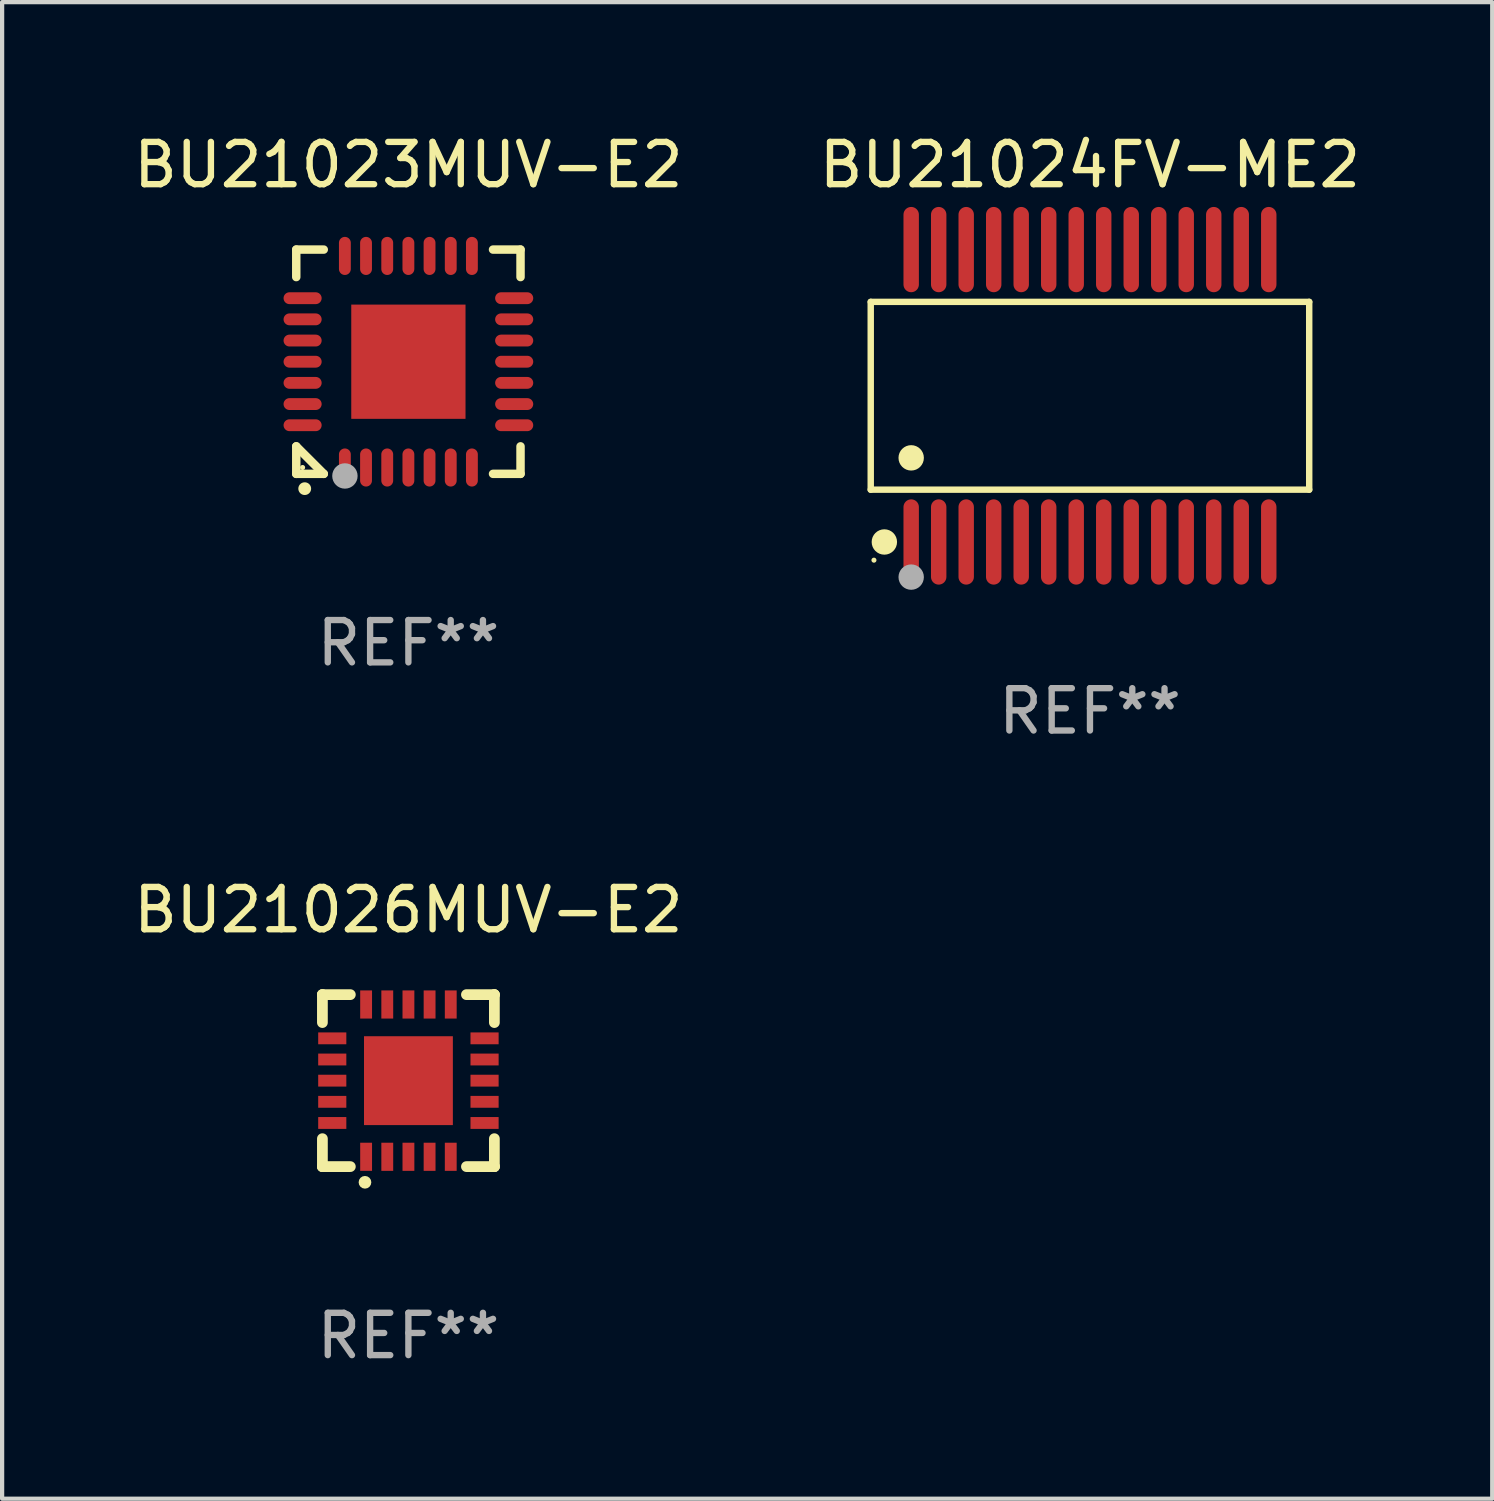
<source format=kicad_pcb>
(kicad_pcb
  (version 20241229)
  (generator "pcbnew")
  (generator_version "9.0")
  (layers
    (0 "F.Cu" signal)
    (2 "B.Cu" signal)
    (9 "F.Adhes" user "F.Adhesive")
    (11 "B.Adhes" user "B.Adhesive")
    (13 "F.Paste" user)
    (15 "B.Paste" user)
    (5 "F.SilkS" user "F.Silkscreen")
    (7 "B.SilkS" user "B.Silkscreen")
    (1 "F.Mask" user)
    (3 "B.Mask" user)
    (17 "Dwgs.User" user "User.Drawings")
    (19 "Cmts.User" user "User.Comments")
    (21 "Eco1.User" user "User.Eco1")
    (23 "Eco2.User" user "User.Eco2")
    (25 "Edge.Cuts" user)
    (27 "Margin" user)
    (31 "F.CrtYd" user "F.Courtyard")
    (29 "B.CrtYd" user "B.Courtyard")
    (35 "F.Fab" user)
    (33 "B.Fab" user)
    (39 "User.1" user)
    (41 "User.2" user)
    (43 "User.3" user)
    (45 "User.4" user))
  (footprint "BU21024FV-ME2"
    (layer "F.Cu")
    (at 22.708 6.303)
    (property "Reference" "BU21024FV-ME2" (at 0 -5.455 0) (layer "F.SilkS") (effects (font (size 1 1) (thickness 0.15))))
    (attr through_hole)
    (fp_line (start -5.181 -2.219) (end 5.181 -2.219) (stroke (width 0.152) (type solid)) (layer "F.SilkS"))
    (fp_line (start -5.181 2.219) (end -5.181 -2.219) (stroke (width 0.152) (type solid)) (layer "F.SilkS"))
    (fp_line (start 5.181 -2.219) (end 5.181 2.219) (stroke (width 0.152) (type solid)) (layer "F.SilkS"))
    (fp_line (start 5.181 2.219) (end -5.181 2.219) (stroke (width 0.152) (type solid)) (layer "F.SilkS"))
    (fp_circle (center -5.105 3.885) (end -5.075 3.885) (stroke (width 0.06) (type solid)) (fill no) (layer "F.SilkS"))
    (fp_circle (center -4.859 3.455) (end -4.709 3.455) (stroke (width 0.3) (type solid)) (fill no) (layer "F.SilkS"))
    (fp_circle (center -4.225 1.467) (end -4.075 1.467) (stroke (width 0.3) (type solid)) (fill no) (layer "F.SilkS"))
    (fp_circle (center -4.225 4.285) (end -4.075 4.285) (stroke (width 0.3) (type solid)) (fill no) (layer "F.Fab"))
    (fp_text user "REF**" (at 0 7.455 0) (layer "F.Fab") (effects (font (size 1 1) (thickness 0.15))))
    (pad "1" smd oval (at -4.225 3.455) (size 0.364 2.015) (layers "F.Cu" "F.Mask" "F.Paste"))
    (pad "2" smd oval (at -3.575 3.455) (size 0.364 2.015) (layers "F.Cu" "F.Mask" "F.Paste"))
    (pad "3" smd oval (at -2.925 3.455) (size 0.364 2.015) (layers "F.Cu" "F.Mask" "F.Paste"))
    (pad "4" smd oval (at -2.275 3.455) (size 0.364 2.015) (layers "F.Cu" "F.Mask" "F.Paste"))
    (pad "5" smd oval (at -1.625 3.455) (size 0.364 2.015) (layers "F.Cu" "F.Mask" "F.Paste"))
    (pad "6" smd oval (at -0.975 3.455) (size 0.364 2.015) (layers "F.Cu" "F.Mask" "F.Paste"))
    (pad "7" smd oval (at -0.325 3.455) (size 0.364 2.015) (layers "F.Cu" "F.Mask" "F.Paste"))
    (pad "8" smd oval (at 0.325 3.455) (size 0.364 2.015) (layers "F.Cu" "F.Mask" "F.Paste"))
    (pad "9" smd oval (at 0.975 3.455) (size 0.364 2.015) (layers "F.Cu" "F.Mask" "F.Paste"))
    (pad "10" smd oval (at 1.625 3.455) (size 0.364 2.015) (layers "F.Cu" "F.Mask" "F.Paste"))
    (pad "11" smd oval (at 2.275 3.455) (size 0.364 2.015) (layers "F.Cu" "F.Mask" "F.Paste"))
    (pad "12" smd oval (at 2.925 3.455) (size 0.364 2.015) (layers "F.Cu" "F.Mask" "F.Paste"))
    (pad "13" smd oval (at 3.575 3.455) (size 0.364 2.015) (layers "F.Cu" "F.Mask" "F.Paste"))
    (pad "14" smd oval (at 4.225 3.455) (size 0.364 2.015) (layers "F.Cu" "F.Mask" "F.Paste"))
    (pad "15" smd oval (at 4.225 -3.455) (size 0.364 2.015) (layers "F.Cu" "F.Mask" "F.Paste"))
    (pad "16" smd oval (at 3.575 -3.455) (size 0.364 2.015) (layers "F.Cu" "F.Mask" "F.Paste"))
    (pad "17" smd oval (at 2.925 -3.455) (size 0.364 2.015) (layers "F.Cu" "F.Mask" "F.Paste"))
    (pad "18" smd oval (at 2.275 -3.455) (size 0.364 2.015) (layers "F.Cu" "F.Mask" "F.Paste"))
    (pad "19" smd oval (at 1.625 -3.455) (size 0.364 2.015) (layers "F.Cu" "F.Mask" "F.Paste"))
    (pad "20" smd oval (at 0.975 -3.455) (size 0.364 2.015) (layers "F.Cu" "F.Mask" "F.Paste"))
    (pad "21" smd oval (at 0.325 -3.455) (size 0.364 2.015) (layers "F.Cu" "F.Mask" "F.Paste"))
    (pad "22" smd oval (at -0.325 -3.455) (size 0.364 2.015) (layers "F.Cu" "F.Mask" "F.Paste"))
    (pad "23" smd oval (at -0.975 -3.455) (size 0.364 2.015) (layers "F.Cu" "F.Mask" "F.Paste"))
    (pad "24" smd oval (at -1.625 -3.455) (size 0.364 2.015) (layers "F.Cu" "F.Mask" "F.Paste"))
    (pad "25" smd oval (at -2.275 -3.455) (size 0.364 2.015) (layers "F.Cu" "F.Mask" "F.Paste"))
    (pad "26" smd oval (at -2.925 -3.455) (size 0.364 2.015) (layers "F.Cu" "F.Mask" "F.Paste"))
    (pad "27" smd oval (at -3.575 -3.455) (size 0.364 2.015) (layers "F.Cu" "F.Mask" "F.Paste"))
    (pad "28" smd oval (at -4.225 -3.455) (size 0.364 2.015) (layers "F.Cu" "F.Mask" "F.Paste")))
  (footprint "BU21023MUV-E2"
    (layer "F.Cu")
    (at 6.601 5.498)
    (property "Reference" "BU21023MUV-E2" (at 0 -4.65 0) (layer "F.SilkS") (effects (font (size 1 1) (thickness 0.15))))
    (attr through_hole)
    (fp_line (start -2.65 -2.65) (end -2.65 -2) (stroke (width 0.2) (type solid)) (layer "F.SilkS"))
    (fp_line (start -2.65 2) (end -2 2.65) (stroke (width 0.2) (type solid)) (layer "F.SilkS"))
    (fp_line (start -2.65 2.65) (end -2.65 2) (stroke (width 0.2) (type solid)) (layer "F.SilkS"))
    (fp_line (start -2 -2.65) (end -2.65 -2.65) (stroke (width 0.2) (type solid)) (layer "F.SilkS"))
    (fp_line (start -2 2.65) (end -2.65 2.65) (stroke (width 0.2) (type solid)) (layer "F.SilkS"))
    (fp_line (start 2 2.65) (end 2.65 2.65) (stroke (width 0.2) (type solid)) (layer "F.SilkS"))
    (fp_line (start 2.65 -2.65) (end 2 -2.65) (stroke (width 0.2) (type solid)) (layer "F.SilkS"))
    (fp_line (start 2.65 -2) (end 2.65 -2.65) (stroke (width 0.2) (type solid)) (layer "F.SilkS"))
    (fp_line (start 2.65 2.65) (end 2.65 2) (stroke (width 0.2) (type solid)) (layer "F.SilkS"))
    (fp_arc (start -2.451105 2.999746) (mid -2.449835 2.999741) (end -2.448565 2.999746) (stroke (width 0.3) (type solid)) (layer "F.SilkS"))
    (fp_circle (center -2.5 2.5) (end -2.47 2.5) (stroke (width 0.06) (type solid)) (fill no) (layer "F.SilkS"))
    (fp_circle (center -1.5 2.7) (end -1.35 2.7) (stroke (width 0.3) (type solid)) (fill no) (layer "F.Fab"))
    (fp_text user "REF**" (at 0 6.65 0) (layer "F.Fab") (effects (font (size 1 1) (thickness 0.15))))
    (pad "1" smd oval (at -1.501 2.5 180) (size 0.28 0.9) (layers "F.Cu" "F.Mask" "F.Paste"))
    (pad "2" smd oval (at -1.001 2.5 180) (size 0.28 0.9) (layers "F.Cu" "F.Mask" "F.Paste"))
    (pad "3" smd oval (at -0.5 2.5 180) (size 0.28 0.9) (layers "F.Cu" "F.Mask" "F.Paste"))
    (pad "4" smd oval (at 0 2.5 180) (size 0.28 0.9) (layers "F.Cu" "F.Mask" "F.Paste"))
    (pad "5" smd oval (at 0.5 2.5 180) (size 0.28 0.9) (layers "F.Cu" "F.Mask" "F.Paste"))
    (pad "6" smd oval (at 1.001 2.5 180) (size 0.28 0.9) (layers "F.Cu" "F.Mask" "F.Paste"))
    (pad "7" smd oval (at 1.501 2.5 180) (size 0.28 0.9) (layers "F.Cu" "F.Mask" "F.Paste"))
    (pad "8" smd oval (at 2.5 1.501 90) (size 0.28 0.9) (layers "F.Cu" "F.Mask" "F.Paste"))
    (pad "9" smd oval (at 2.5 1.001 90) (size 0.28 0.9) (layers "F.Cu" "F.Mask" "F.Paste"))
    (pad "10" smd oval (at 2.5 0.5 90) (size 0.28 0.9) (layers "F.Cu" "F.Mask" "F.Paste"))
    (pad "11" smd oval (at 2.5 0 90) (size 0.28 0.9) (layers "F.Cu" "F.Mask" "F.Paste"))
    (pad "12" smd oval (at 2.5 -0.5 90) (size 0.28 0.9) (layers "F.Cu" "F.Mask" "F.Paste"))
    (pad "13" smd oval (at 2.5 -1.001 90) (size 0.28 0.9) (layers "F.Cu" "F.Mask" "F.Paste"))
    (pad "14" smd oval (at 2.5 -1.501 90) (size 0.28 0.9) (layers "F.Cu" "F.Mask" "F.Paste"))
    (pad "15" smd oval (at 1.501 -2.5 180) (size 0.28 0.9) (layers "F.Cu" "F.Mask" "F.Paste"))
    (pad "16" smd oval (at 1.001 -2.5 180) (size 0.28 0.9) (layers "F.Cu" "F.Mask" "F.Paste"))
    (pad "17" smd oval (at 0.5 -2.5 180) (size 0.28 0.9) (layers "F.Cu" "F.Mask" "F.Paste"))
    (pad "18" smd oval (at 0 -2.5 180) (size 0.28 0.9) (layers "F.Cu" "F.Mask" "F.Paste"))
    (pad "19" smd oval (at -0.5 -2.5 180) (size 0.28 0.9) (layers "F.Cu" "F.Mask" "F.Paste"))
    (pad "20" smd oval (at -1.001 -2.5 180) (size 0.28 0.9) (layers "F.Cu" "F.Mask" "F.Paste"))
    (pad "21" smd oval (at -1.501 -2.5 180) (size 0.28 0.9) (layers "F.Cu" "F.Mask" "F.Paste"))
    (pad "22" smd oval (at -2.5 -1.501 90) (size 0.28 0.9) (layers "F.Cu" "F.Mask" "F.Paste"))
    (pad "23" smd oval (at -2.5 -1.001 90) (size 0.28 0.9) (layers "F.Cu" "F.Mask" "F.Paste"))
    (pad "24" smd oval (at -2.5 -0.5 90) (size 0.28 0.9) (layers "F.Cu" "F.Mask" "F.Paste"))
    (pad "25" smd oval (at -2.5 0 90) (size 0.28 0.9) (layers "F.Cu" "F.Mask" "F.Paste"))
    (pad "26" smd oval (at -2.5 0.5 90) (size 0.28 0.9) (layers "F.Cu" "F.Mask" "F.Paste"))
    (pad "27" smd oval (at -2.5 1.001 90) (size 0.28 0.9) (layers "F.Cu" "F.Mask" "F.Paste"))
    (pad "28" smd oval (at -2.5 1.501 90) (size 0.28 0.9) (layers "F.Cu" "F.Mask" "F.Paste"))
    (pad "29" smd rect (at 0 0 90) (size 2.7 2.7) (layers "F.Cu" "F.Mask" "F.Paste")))
  (footprint "BU21026MUV-E2"
    (layer "F.Cu")
    (at 6.601 22.487)
    (property "Reference" "BU21026MUV-E2" (at 0 -4.032 0) (layer "F.SilkS") (effects (font (size 1 1) (thickness 0.15))))
    (attr through_hole)
    (fp_line (start -2.032 -2.032) (end -2.032 -2.032) (stroke (width 0.254) (type solid)) (layer "F.SilkS"))
    (fp_line (start -2.032 -2.032) (end -1.372 -2.032) (stroke (width 0.254) (type solid)) (layer "F.SilkS"))
    (fp_line (start -2.032 -1.372) (end -2.032 -2.032) (stroke (width 0.254) (type solid)) (layer "F.SilkS"))
    (fp_line (start -2.032 2.032) (end -2.032 1.372) (stroke (width 0.254) (type solid)) (layer "F.SilkS"))
    (fp_line (start -2.032 2.032) (end -2.032 2.032) (stroke (width 0.254) (type solid)) (layer "F.SilkS"))
    (fp_line (start -1.372 2.032) (end -2.032 2.032) (stroke (width 0.254) (type solid)) (layer "F.SilkS"))
    (fp_line (start 1.372 -2.032) (end 2.032 -2.032) (stroke (width 0.254) (type solid)) (layer "F.SilkS"))
    (fp_line (start 2.032 -2.032) (end 2.032 -2.032) (stroke (width 0.254) (type solid)) (layer "F.SilkS"))
    (fp_line (start 2.032 -2.032) (end 2.032 -1.372) (stroke (width 0.254) (type solid)) (layer "F.SilkS"))
    (fp_line (start 2.032 1.372) (end 2.032 2.032) (stroke (width 0.254) (type solid)) (layer "F.SilkS"))
    (fp_line (start 2.032 2.032) (end 1.372 2.032) (stroke (width 0.254) (type solid)) (layer "F.SilkS"))
    (fp_line (start 2.032 2.032) (end 2.032 2.032) (stroke (width 0.254) (type solid)) (layer "F.SilkS"))
    (fp_circle (center -1.026 2.403) (end -0.951 2.403) (stroke (width 0.15) (type solid)) (fill no) (layer "F.SilkS"))
    (fp_text user "REF**" (at 0 6.032 0) (layer "F.Fab") (effects (font (size 1 1) (thickness 0.15))))
    (pad "1" smd rect (at -0.999 1.8 90) (size 0.665 0.28) (layers "F.Cu" "F.Mask" "F.Paste"))
    (pad "2" smd rect (at -0.499 1.8 90) (size 0.665 0.28) (layers "F.Cu" "F.Mask" "F.Paste"))
    (pad "3" smd rect (at 0.001 1.8 90) (size 0.665 0.28) (layers "F.Cu" "F.Mask" "F.Paste"))
    (pad "4" smd rect (at 0.501 1.8 90) (size 0.665 0.28) (layers "F.Cu" "F.Mask" "F.Paste"))
    (pad "5" smd rect (at 1.001 1.8 90) (size 0.665 0.28) (layers "F.Cu" "F.Mask" "F.Paste"))
    (pad "6" smd rect (at 1.8 1.001 90) (size 0.28 0.665) (layers "F.Cu" "F.Mask" "F.Paste"))
    (pad "7" smd rect (at 1.8 0.501 90) (size 0.28 0.665) (layers "F.Cu" "F.Mask" "F.Paste"))
    (pad "8" smd rect (at 1.8 0.001 90) (size 0.28 0.665) (layers "F.Cu" "F.Mask" "F.Paste"))
    (pad "9" smd rect (at 1.8 -0.499 90) (size 0.28 0.665) (layers "F.Cu" "F.Mask" "F.Paste"))
    (pad "10" smd rect (at 1.8 -0.999 90) (size 0.28 0.665) (layers "F.Cu" "F.Mask" "F.Paste"))
    (pad "11" smd rect (at 1.001 -1.799 90) (size 0.665 0.28) (layers "F.Cu" "F.Mask" "F.Paste"))
    (pad "12" smd rect (at 0.501 -1.799 90) (size 0.665 0.28) (layers "F.Cu" "F.Mask" "F.Paste"))
    (pad "13" smd rect (at 0.001 -1.799 90) (size 0.665 0.28) (layers "F.Cu" "F.Mask" "F.Paste"))
    (pad "14" smd rect (at -0.499 -1.799 90) (size 0.665 0.28) (layers "F.Cu" "F.Mask" "F.Paste"))
    (pad "15" smd rect (at -0.999 -1.799 90) (size 0.665 0.28) (layers "F.Cu" "F.Mask" "F.Paste"))
    (pad "16" smd rect (at -1.799 -0.999 90) (size 0.28 0.665) (layers "F.Cu" "F.Mask" "F.Paste"))
    (pad "17" smd rect (at -1.799 -0.499 90) (size 0.28 0.665) (layers "F.Cu" "F.Mask" "F.Paste"))
    (pad "18" smd rect (at -1.799 0.001 90) (size 0.28 0.665) (layers "F.Cu" "F.Mask" "F.Paste"))
    (pad "19" smd rect (at -1.799 0.501 90) (size 0.28 0.665) (layers "F.Cu" "F.Mask" "F.Paste"))
    (pad "20" smd rect (at -1.799 1.001 90) (size 0.28 0.665) (layers "F.Cu" "F.Mask" "F.Paste"))
    (pad "21" smd rect (at 0.001 0.001 90) (size 2.1 2.1) (layers "F.Cu" "F.Mask" "F.Paste")))
  (gr_rect
    (start -3 -3)
    (end 32.214 32.367)
    (stroke (width 0.1) (type default))
    (fill no)
    (layer "Edge.Cuts")))
</source>
